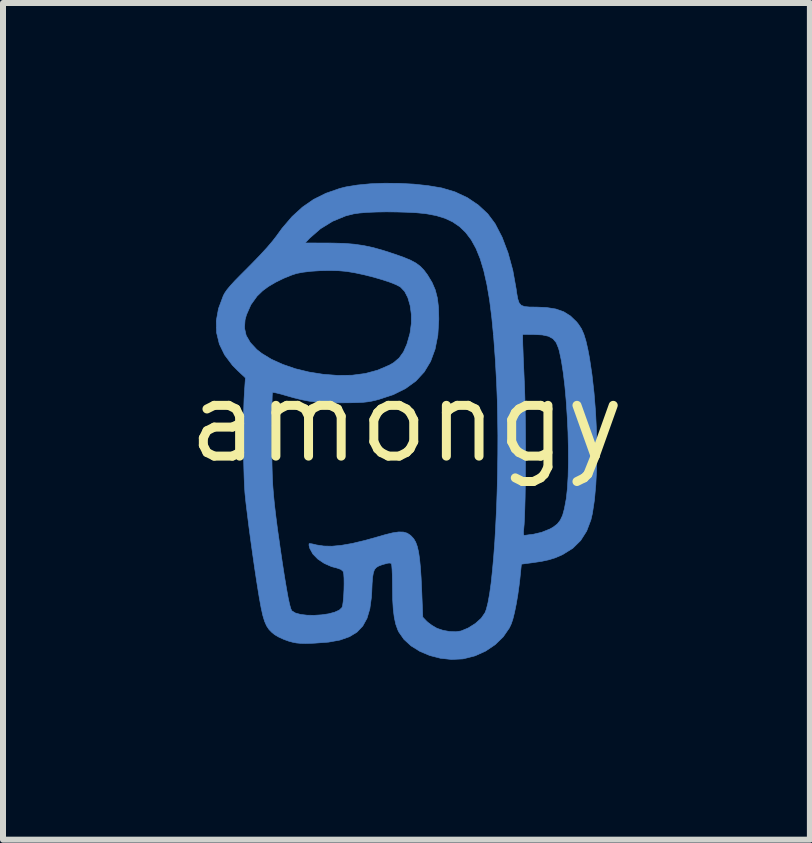
<source format=kicad_pcb>
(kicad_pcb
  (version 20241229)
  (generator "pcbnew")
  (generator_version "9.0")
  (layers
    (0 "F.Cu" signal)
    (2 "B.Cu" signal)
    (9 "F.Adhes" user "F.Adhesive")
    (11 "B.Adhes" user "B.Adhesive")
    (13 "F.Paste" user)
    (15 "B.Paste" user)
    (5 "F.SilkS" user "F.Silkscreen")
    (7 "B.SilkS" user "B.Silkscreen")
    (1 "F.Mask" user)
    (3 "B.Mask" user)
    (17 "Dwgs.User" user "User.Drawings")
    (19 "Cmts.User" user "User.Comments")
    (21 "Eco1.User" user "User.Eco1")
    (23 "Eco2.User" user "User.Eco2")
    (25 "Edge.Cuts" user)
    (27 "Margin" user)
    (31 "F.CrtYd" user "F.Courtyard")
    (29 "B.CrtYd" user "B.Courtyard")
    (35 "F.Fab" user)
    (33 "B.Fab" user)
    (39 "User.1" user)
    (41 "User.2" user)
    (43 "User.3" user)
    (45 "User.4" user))
  (footprint "amongy"
    (layer "F.Cu")
    (at 3.727 3.975)
    (property "Reference" "amongy" (at 0 0 0) (layer "F.SilkS") (effects (font (size 1.27 1.27) (thickness 0.15))))
    (attr through_hole)
    (fp_poly (pts (xy -0.6 -3.961) (xy -0.818 -3.94) (xy -1.009 -3.909) (xy -1.112 -3.883) (xy -1.342 -3.803) (xy -1.548 -3.701) (xy -1.734 -3.572) (xy -1.908 -3.413) (xy -2.074 -3.219) (xy -2.169 -3.088) (xy -2.235 -3.003) (xy -2.327 -2.895) (xy -2.441 -2.771) (xy -2.573 -2.635) (xy -2.646 -2.561) (xy -2.768 -2.439) (xy -2.863 -2.342) (xy -2.935 -2.263) (xy -2.988 -2.2) (xy -3.026 -2.146) (xy -3.052 -2.099) (xy -3.055 -2.092) (xy -3.134 -1.88) (xy -3.171 -1.676) (xy -3.166 -1.479) (xy -3.12 -1.289) (xy -3.032 -1.108) (xy -2.903 -0.936) (xy -2.812 -0.844) (xy -2.685 -0.725) (xy -2.701 -0.495) (xy -2.708 -0.369) (xy -2.713 -0.213) (xy -2.716 -0.033) (xy -2.718 0.161) (xy -2.717 0.362) (xy -2.716 0.562) (xy -2.712 0.753) (xy -2.707 0.927) (xy -2.701 1.077) (xy -2.693 1.195) (xy -2.691 1.217) (xy -2.675 1.37) (xy -2.652 1.556) (xy -2.626 1.765) (xy -2.596 1.989) (xy -2.564 2.218) (xy -2.532 2.442) (xy -2.5 2.654) (xy -2.47 2.843) (xy -2.454 2.94) (xy -2.424 3.105) (xy -2.396 3.233) (xy -2.366 3.333) (xy -2.332 3.41) (xy -2.292 3.47) (xy -2.242 3.521) (xy -2.196 3.558) (xy -2.129 3.597) (xy -2.041 3.637) (xy -1.963 3.665) (xy -1.896 3.683) (xy -1.835 3.695) (xy -1.768 3.701) (xy -1.683 3.703) (xy -1.571 3.7) (xy -1.527 3.698) (xy -1.299 3.681) (xy -1.108 3.646) (xy -0.951 3.591) (xy -0.825 3.514) (xy -0.729 3.413) (xy -0.658 3.284) (xy -0.611 3.126) (xy -0.585 2.936) (xy -0.579 2.847) (xy -0.573 2.705) (xy -0.565 2.6) (xy -0.552 2.524) (xy -0.533 2.471) (xy -0.503 2.436) (xy -0.461 2.411) (xy -0.404 2.39) (xy -0.376 2.382) (xy -0.309 2.364) (xy -0.27 2.362) (xy -0.251 2.375) (xy -0.25 2.376) (xy -0.245 2.405) (xy -0.24 2.469) (xy -0.236 2.56) (xy -0.234 2.672) (xy -0.233 2.773) (xy -0.23 2.972) (xy -0.22 3.136) (xy -0.203 3.27) (xy -0.179 3.381) (xy -0.145 3.476) (xy -0.128 3.512) (xy -0.042 3.635) (xy 0.077 3.744) (xy 0.222 3.834) (xy 0.388 3.904) (xy 0.566 3.95) (xy 0.751 3.97) (xy 0.934 3.961) (xy 0.954 3.958) (xy 1.143 3.91) (xy 1.32 3.83) (xy 1.479 3.723) (xy 1.613 3.593) (xy 1.715 3.445) (xy 1.747 3.377) (xy 1.774 3.297) (xy 1.802 3.184) (xy 1.83 3.047) (xy 1.856 2.894) (xy 1.878 2.735) (xy 1.89 2.635) (xy 1.916 2.381) (xy 2.106 2.356) (xy 2.254 2.334) (xy 2.374 2.308) (xy 2.478 2.276) (xy 2.579 2.233) (xy 2.611 2.217) (xy 2.773 2.116) (xy 2.904 1.987) (xy 3.004 1.83) (xy 3.075 1.643) (xy 3.1 1.535) (xy 3.134 1.31) (xy 3.157 1.053) (xy 3.171 0.769) (xy 3.172 0.686) (xy 2.7 0.686) (xy 2.695 0.916) (xy 2.683 1.121) (xy 2.664 1.292) (xy 2.66 1.312) (xy 2.633 1.457) (xy 2.603 1.567) (xy 2.564 1.649) (xy 2.514 1.712) (xy 2.446 1.764) (xy 2.391 1.795) (xy 2.254 1.85) (xy 2.117 1.882) (xy 2.117 1.882) (xy 2.043 1.891) (xy 1.986 1.899) (xy 1.96 1.902) (xy 1.952 1.885) (xy 1.951 1.837) (xy 1.955 1.794) (xy 1.962 1.715) (xy 1.968 1.599) (xy 1.973 1.451) (xy 1.978 1.278) (xy 1.981 1.084) (xy 1.983 0.875) (xy 1.984 0.656) (xy 1.985 0.433) (xy 1.984 0.238) (xy 1.524 0.238) (xy 1.523 0.542) (xy 1.519 0.848) (xy 1.512 1.15) (xy 1.502 1.446) (xy 1.488 1.732) (xy 1.473 2.004) (xy 1.454 2.258) (xy 1.433 2.49) (xy 1.411 2.698) (xy 1.386 2.877) (xy 1.359 3.024) (xy 1.331 3.135) (xy 1.31 3.19) (xy 1.246 3.283) (xy 1.149 3.37) (xy 1.03 3.445) (xy 0.91 3.495) (xy 0.825 3.508) (xy 0.718 3.504) (xy 0.608 3.484) (xy 0.51 3.451) (xy 0.497 3.444) (xy 0.424 3.401) (xy 0.358 3.352) (xy 0.332 3.328) (xy 0.272 3.265) (xy 0.254 2.823) (xy 0.244 2.609) (xy 0.232 2.432) (xy 0.218 2.289) (xy 0.201 2.175) (xy 0.18 2.085) (xy 0.154 2.014) (xy 0.122 1.959) (xy 0.082 1.915) (xy 0.065 1.899) (xy 0.012 1.864) (xy -0.051 1.846) (xy -0.13 1.844) (xy -0.231 1.859) (xy -0.36 1.891) (xy -0.442 1.915) (xy -0.688 1.984) (xy -0.901 2.035) (xy -1.084 2.067) (xy -1.242 2.082) (xy -1.378 2.079) (xy -1.498 2.061) (xy -1.521 2.055) (xy -1.578 2.042) (xy -1.616 2.038) (xy -1.623 2.04) (xy -1.625 2.065) (xy -1.613 2.113) (xy -1.61 2.122) (xy -1.561 2.211) (xy -1.478 2.296) (xy -1.371 2.368) (xy -1.249 2.422) (xy -1.158 2.446) (xy -1.093 2.469) (xy -1.055 2.503) (xy -1.046 2.544) (xy -1.041 2.616) (xy -1.04 2.709) (xy -1.042 2.812) (xy -1.047 2.914) (xy -1.055 3.004) (xy -1.065 3.073) (xy -1.075 3.104) (xy -1.12 3.147) (xy -1.198 3.182) (xy -1.299 3.209) (xy -1.416 3.226) (xy -1.538 3.234) (xy -1.658 3.232) (xy -1.766 3.219) (xy -1.853 3.195) (xy -1.911 3.159) (xy -1.913 3.157) (xy -1.929 3.122) (xy -1.949 3.05) (xy -1.973 2.939) (xy -2 2.789) (xy -2.032 2.599) (xy -2.068 2.368) (xy -2.108 2.096) (xy -2.115 2.043) (xy -2.15 1.8) (xy -2.177 1.59) (xy -2.199 1.405) (xy -2.216 1.235) (xy -2.229 1.072) (xy -2.237 0.907) (xy -2.242 0.731) (xy -2.245 0.537) (xy -2.246 0.314) (xy -2.246 0.246) (xy -2.246 0.076) (xy -2.244 -0.08) (xy -2.243 -0.218) (xy -2.241 -0.332) (xy -2.239 -0.417) (xy -2.236 -0.469) (xy -2.234 -0.482) (xy -2.21 -0.482) (xy -2.156 -0.47) (xy -2.08 -0.451) (xy -2.037 -0.438) (xy -1.879 -0.393) (xy -1.744 -0.36) (xy -1.619 -0.336) (xy -1.494 -0.321) (xy -1.357 -0.312) (xy -1.197 -0.309) (xy -1.079 -0.309) (xy -0.931 -0.31) (xy -0.817 -0.313) (xy -0.726 -0.317) (xy -0.652 -0.325) (xy -0.584 -0.336) (xy -0.514 -0.352) (xy -0.461 -0.366) (xy -0.22 -0.445) (xy -0.015 -0.547) (xy 0.157 -0.672) (xy 0.296 -0.823) (xy 0.402 -0.999) (xy 0.477 -1.203) (xy 0.523 -1.436) (xy 0.535 -1.631) (xy 0.081 -1.631) (xy 0.06 -1.475) (xy 0.054 -1.45) (xy 0.007 -1.286) (xy -0.05 -1.157) (xy -0.122 -1.057) (xy -0.213 -0.979) (xy -0.284 -0.938) (xy -0.479 -0.854) (xy -0.685 -0.798) (xy -0.907 -0.769) (xy -1.151 -0.766) (xy -1.391 -0.785) (xy -1.625 -0.822) (xy -1.852 -0.877) (xy -2.064 -0.95) (xy -2.254 -1.036) (xy -2.413 -1.133) (xy -2.495 -1.197) (xy -2.604 -1.314) (xy -2.673 -1.433) (xy -2.701 -1.558) (xy -2.691 -1.693) (xy -2.668 -1.776) (xy -2.594 -1.944) (xy -2.491 -2.087) (xy -2.397 -2.178) (xy -2.302 -2.248) (xy -2.18 -2.32) (xy -2.045 -2.386) (xy -1.911 -2.44) (xy -1.831 -2.466) (xy -1.726 -2.486) (xy -1.592 -2.502) (xy -1.44 -2.512) (xy -1.285 -2.515) (xy -1.137 -2.512) (xy -1.01 -2.501) (xy -0.993 -2.499) (xy -0.851 -2.475) (xy -0.699 -2.442) (xy -0.548 -2.404) (xy -0.404 -2.362) (xy -0.277 -2.32) (xy -0.174 -2.279) (xy -0.103 -2.242) (xy -0.1 -2.239) (xy -0.031 -2.167) (xy 0.023 -2.062) (xy 0.061 -1.932) (xy 0.081 -1.786) (xy 0.081 -1.631) (xy 0.535 -1.631) (xy 0.539 -1.7) (xy 0.539 -1.714) (xy 0.534 -1.901) (xy 0.515 -2.057) (xy 0.48 -2.192) (xy 0.427 -2.315) (xy 0.353 -2.438) (xy 0.353 -2.439) (xy 0.293 -2.519) (xy 0.231 -2.584) (xy 0.159 -2.638) (xy 0.07 -2.686) (xy -0.045 -2.734) (xy -0.18 -2.782) (xy -0.379 -2.847) (xy -0.551 -2.896) (xy -0.71 -2.93) (xy -0.866 -2.953) (xy -1.033 -2.967) (xy -1.223 -2.972) (xy -1.296 -2.973) (xy -1.691 -2.974) (xy -1.613 -3.055) (xy -1.434 -3.211) (xy -1.231 -3.336) (xy -1.012 -3.426) (xy -0.882 -3.459) (xy -0.785 -3.473) (xy -0.656 -3.484) (xy -0.502 -3.49) (xy -0.334 -3.493) (xy -0.161 -3.491) (xy 0.009 -3.486) (xy 0.167 -3.478) (xy 0.302 -3.465) (xy 0.339 -3.46) (xy 0.497 -3.43) (xy 0.64 -3.386) (xy 0.769 -3.326) (xy 0.885 -3.247) (xy 0.987 -3.149) (xy 1.079 -3.028) (xy 1.159 -2.883) (xy 1.229 -2.711) (xy 1.289 -2.512) (xy 1.341 -2.282) (xy 1.386 -2.02) (xy 1.423 -1.724) (xy 1.455 -1.391) (xy 1.482 -1.02) (xy 1.503 -0.635) (xy 1.514 -0.355) (xy 1.52 -0.063) (xy 1.524 0.238) (xy 1.984 0.238) (xy 1.984 0.211) (xy 1.982 -0.005) (xy 1.979 -0.208) (xy 1.974 -0.394) (xy 1.969 -0.557) (xy 1.967 -0.603) (xy 1.96 -0.769) (xy 1.953 -0.925) (xy 1.947 -1.067) (xy 1.943 -1.186) (xy 1.939 -1.278) (xy 1.938 -1.336) (xy 1.938 -1.344) (xy 1.937 -1.45) (xy 2.127 -1.448) (xy 2.264 -1.441) (xy 2.367 -1.419) (xy 2.442 -1.378) (xy 2.496 -1.314) (xy 2.534 -1.222) (xy 2.548 -1.175) (xy 2.583 -1.01) (xy 2.614 -0.811) (xy 2.641 -0.585) (xy 2.663 -0.34) (xy 2.68 -0.082) (xy 2.693 0.18) (xy 2.699 0.438) (xy 2.7 0.686) (xy 3.172 0.686) (xy 3.174 0.467) (xy 3.168 0.154) (xy 3.152 -0.163) (xy 3.127 -0.475) (xy 3.093 -0.776) (xy 3.051 -1.058) (xy 3.025 -1.196) (xy 2.992 -1.341) (xy 2.957 -1.454) (xy 2.917 -1.544) (xy 2.867 -1.62) (xy 2.835 -1.66) (xy 2.734 -1.757) (xy 2.622 -1.827) (xy 2.491 -1.873) (xy 2.334 -1.898) (xy 2.169 -1.905) (xy 2.052 -1.906) (xy 1.969 -1.914) (xy 1.914 -1.934) (xy 1.878 -1.975) (xy 1.856 -2.04) (xy 1.838 -2.138) (xy 1.829 -2.205) (xy 1.773 -2.517) (xy 1.694 -2.807) (xy 1.595 -3.069) (xy 1.478 -3.295) (xy 1.355 -3.46) (xy 1.198 -3.606) (xy 1.014 -3.73) (xy 0.808 -3.826) (xy 0.586 -3.892) (xy 0.573 -3.894) (xy 0.357 -3.93) (xy 0.123 -3.955) (xy -0.12 -3.968) (xy -0.364 -3.97) (xy -0.6 -3.961)) (stroke (width 0.01) (type solid)) (fill yes) (layer "B.Cu")))
  (gr_rect
    (start -3 -3)
    (end 10.453 10.95)
    (stroke (width 0.1) (type default))
    (fill no)
    (layer "Edge.Cuts")))
</source>
